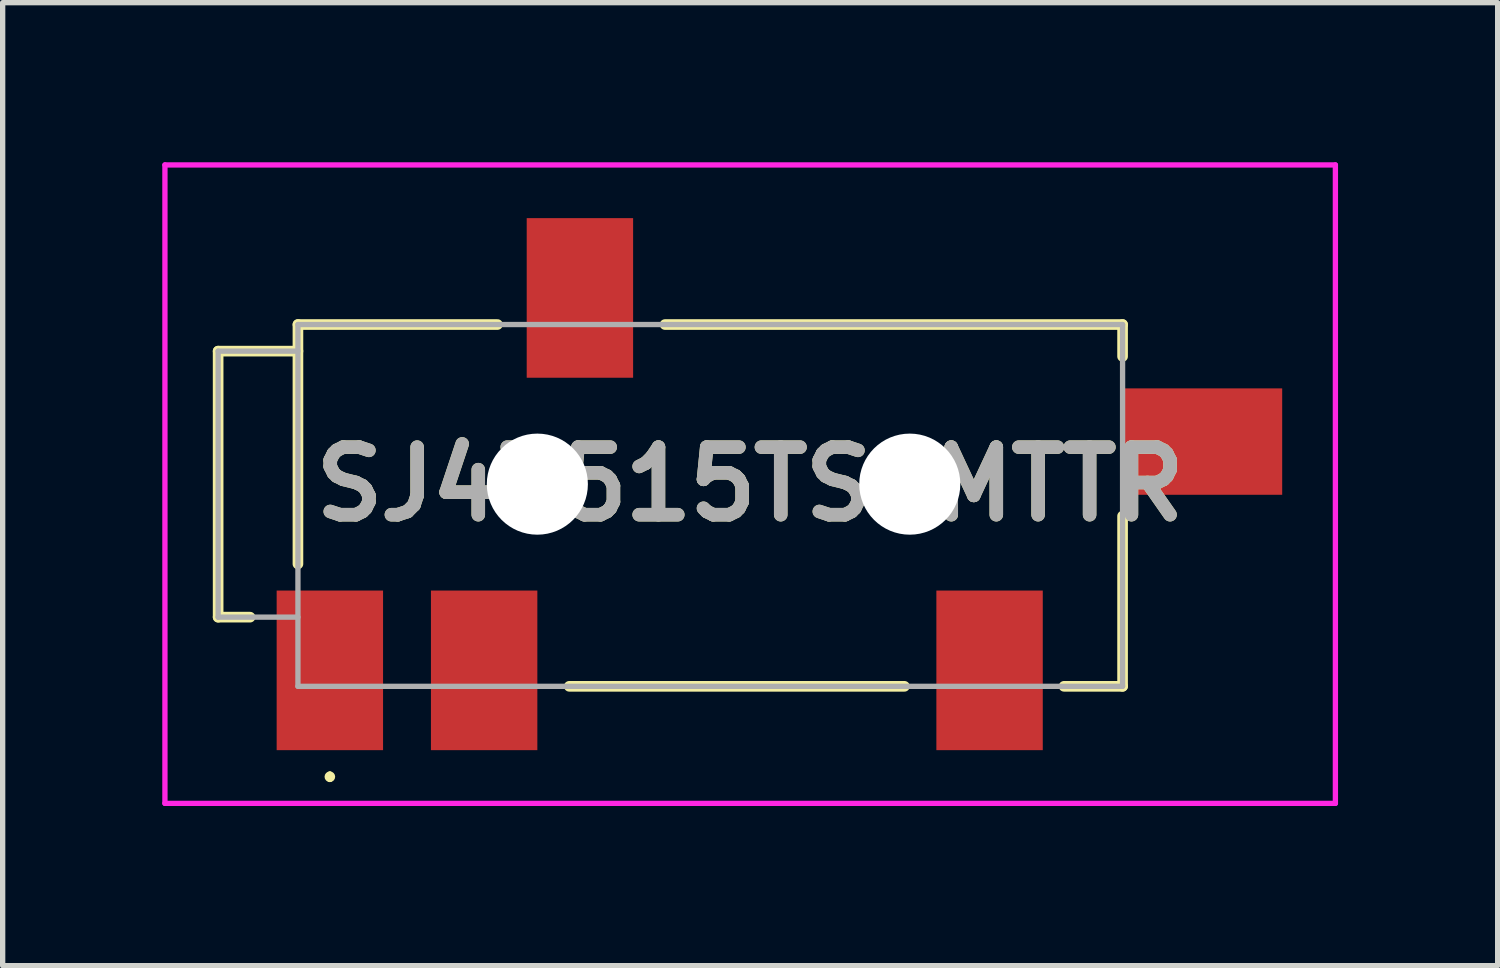
<source format=kicad_pcb>
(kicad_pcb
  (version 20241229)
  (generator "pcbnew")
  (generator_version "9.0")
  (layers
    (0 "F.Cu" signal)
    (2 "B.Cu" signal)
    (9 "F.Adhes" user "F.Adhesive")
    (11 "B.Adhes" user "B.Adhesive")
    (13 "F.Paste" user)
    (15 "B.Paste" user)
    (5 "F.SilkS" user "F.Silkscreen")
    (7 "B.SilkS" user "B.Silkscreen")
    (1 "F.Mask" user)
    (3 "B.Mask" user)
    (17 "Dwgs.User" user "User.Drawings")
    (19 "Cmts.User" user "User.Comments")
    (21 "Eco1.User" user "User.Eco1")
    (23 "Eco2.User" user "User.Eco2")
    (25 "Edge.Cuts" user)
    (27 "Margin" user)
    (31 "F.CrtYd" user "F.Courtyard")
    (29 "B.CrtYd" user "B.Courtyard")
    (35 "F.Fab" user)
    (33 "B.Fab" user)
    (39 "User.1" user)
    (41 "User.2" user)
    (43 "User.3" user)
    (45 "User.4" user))
  (footprint "SJ43515TSSMTTR"
    (layer "F.Cu")
    (at 11.05 6.05)
    (property "Reference" "SJ43515TSSMTTR" (at 0 0 0) (layer "F.SilkS") (effects (font (size 1.27 1.27) (thickness 0.254))))
    (attr through_hole)
    (fp_line (start -10 -2.5) (end -8.5 -2.5) (stroke (width 0.2) (type solid)) (layer "F.SilkS"))
    (fp_line (start -10 2.5) (end -10 -2.5) (stroke (width 0.2) (type solid)) (layer "F.SilkS"))
    (fp_line (start -9.4 2.5) (end -10 2.5) (stroke (width 0.2) (type solid)) (layer "F.SilkS"))
    (fp_line (start -8.5 -3) (end -4.75 -3) (stroke (width 0.2) (type solid)) (layer "F.SilkS"))
    (fp_line (start -8.5 1.5) (end -8.5 -3) (stroke (width 0.2) (type solid)) (layer "F.SilkS"))
    (fp_line (start -7.9 5.45) (end -7.9 5.45) (stroke (width 0.1) (type solid)) (layer "F.SilkS"))
    (fp_line (start -7.9 5.55) (end -7.9 5.55) (stroke (width 0.1) (type solid)) (layer "F.SilkS"))
    (fp_line (start -3.4 3.8) (end 2.9 3.8) (stroke (width 0.2) (type solid)) (layer "F.SilkS"))
    (fp_line (start -1.6 -3) (end 7 -3) (stroke (width 0.2) (type solid)) (layer "F.SilkS"))
    (fp_line (start 7 -3) (end 7 -2.4) (stroke (width 0.2) (type solid)) (layer "F.SilkS"))
    (fp_line (start 7 0.6) (end 7 3.8) (stroke (width 0.2) (type solid)) (layer "F.SilkS"))
    (fp_line (start 7 3.8) (end 5.9 3.8) (stroke (width 0.2) (type solid)) (layer "F.SilkS"))
    (fp_arc (start -7.9 5.45) (mid -7.85 5.5) (end -7.9 5.55) (stroke (width 0.1) (type solid)) (layer "F.SilkS"))
    (fp_arc (start -7.9 5.55) (mid -7.95 5.5) (end -7.9 5.45) (stroke (width 0.1) (type solid)) (layer "F.SilkS"))
    (fp_line (start -11 -6) (end 11 -6) (stroke (width 0.1) (type solid)) (layer "F.CrtYd"))
    (fp_line (start -11 6) (end -11 -6) (stroke (width 0.1) (type solid)) (layer "F.CrtYd"))
    (fp_line (start 11 -6) (end 11 6) (stroke (width 0.1) (type solid)) (layer "F.CrtYd"))
    (fp_line (start 11 6) (end -11 6) (stroke (width 0.1) (type solid)) (layer "F.CrtYd"))
    (fp_line (start -10 -2.5) (end -8.5 -2.5) (stroke (width 0.1) (type solid)) (layer "F.Fab"))
    (fp_line (start -10 2.5) (end -10 -2.5) (stroke (width 0.1) (type solid)) (layer "F.Fab"))
    (fp_line (start -8.5 -3) (end 7 -3) (stroke (width 0.1) (type solid)) (layer "F.Fab"))
    (fp_line (start -8.5 2.5) (end -10 2.5) (stroke (width 0.1) (type solid)) (layer "F.Fab"))
    (fp_line (start -8.5 3.8) (end -8.5 -3) (stroke (width 0.1) (type solid)) (layer "F.Fab"))
    (fp_line (start 7 -3) (end 7 3.8) (stroke (width 0.1) (type solid)) (layer "F.Fab"))
    (fp_line (start 7 3.8) (end -8.5 3.8) (stroke (width 0.1) (type solid)) (layer "F.Fab"))
    (fp_text user "${REFERENCE}" (at 0 0 0) (layer "F.Fab") (effects (font (size 1.27 1.27) (thickness 0.254))))
    (pad "" np_thru_hole circle (at -4 0) (size 1.9 1.9) (drill 1.9) (layers "*.Cu" "*.Mask"))
    (pad "" np_thru_hole circle (at 3 0) (size 1.9 1.9) (drill 1.9) (layers "*.Cu" "*.Mask"))
    (pad "1" smd rect (at -7.9 3.5) (size 2 3) (layers "F.Cu" "F.Mask" "F.Paste"))
    (pad "2" smd rect (at 4.5 3.5) (size 2 3) (layers "F.Cu" "F.Mask" "F.Paste"))
    (pad "3" smd rect (at -3.2 -3.5) (size 2 3) (layers "F.Cu" "F.Mask" "F.Paste"))
    (pad "4" smd rect (at -5 3.5) (size 2 3) (layers "F.Cu" "F.Mask" "F.Paste"))
    (pad "5" smd rect (at 8.5 -0.8 90) (size 2 3) (layers "F.Cu" "F.Mask" "F.Paste")))
  (gr_rect
    (start -3 -3)
    (end 25.1 15.1)
    (stroke (width 0.1) (type default))
    (fill no)
    (layer "Edge.Cuts")))
</source>
